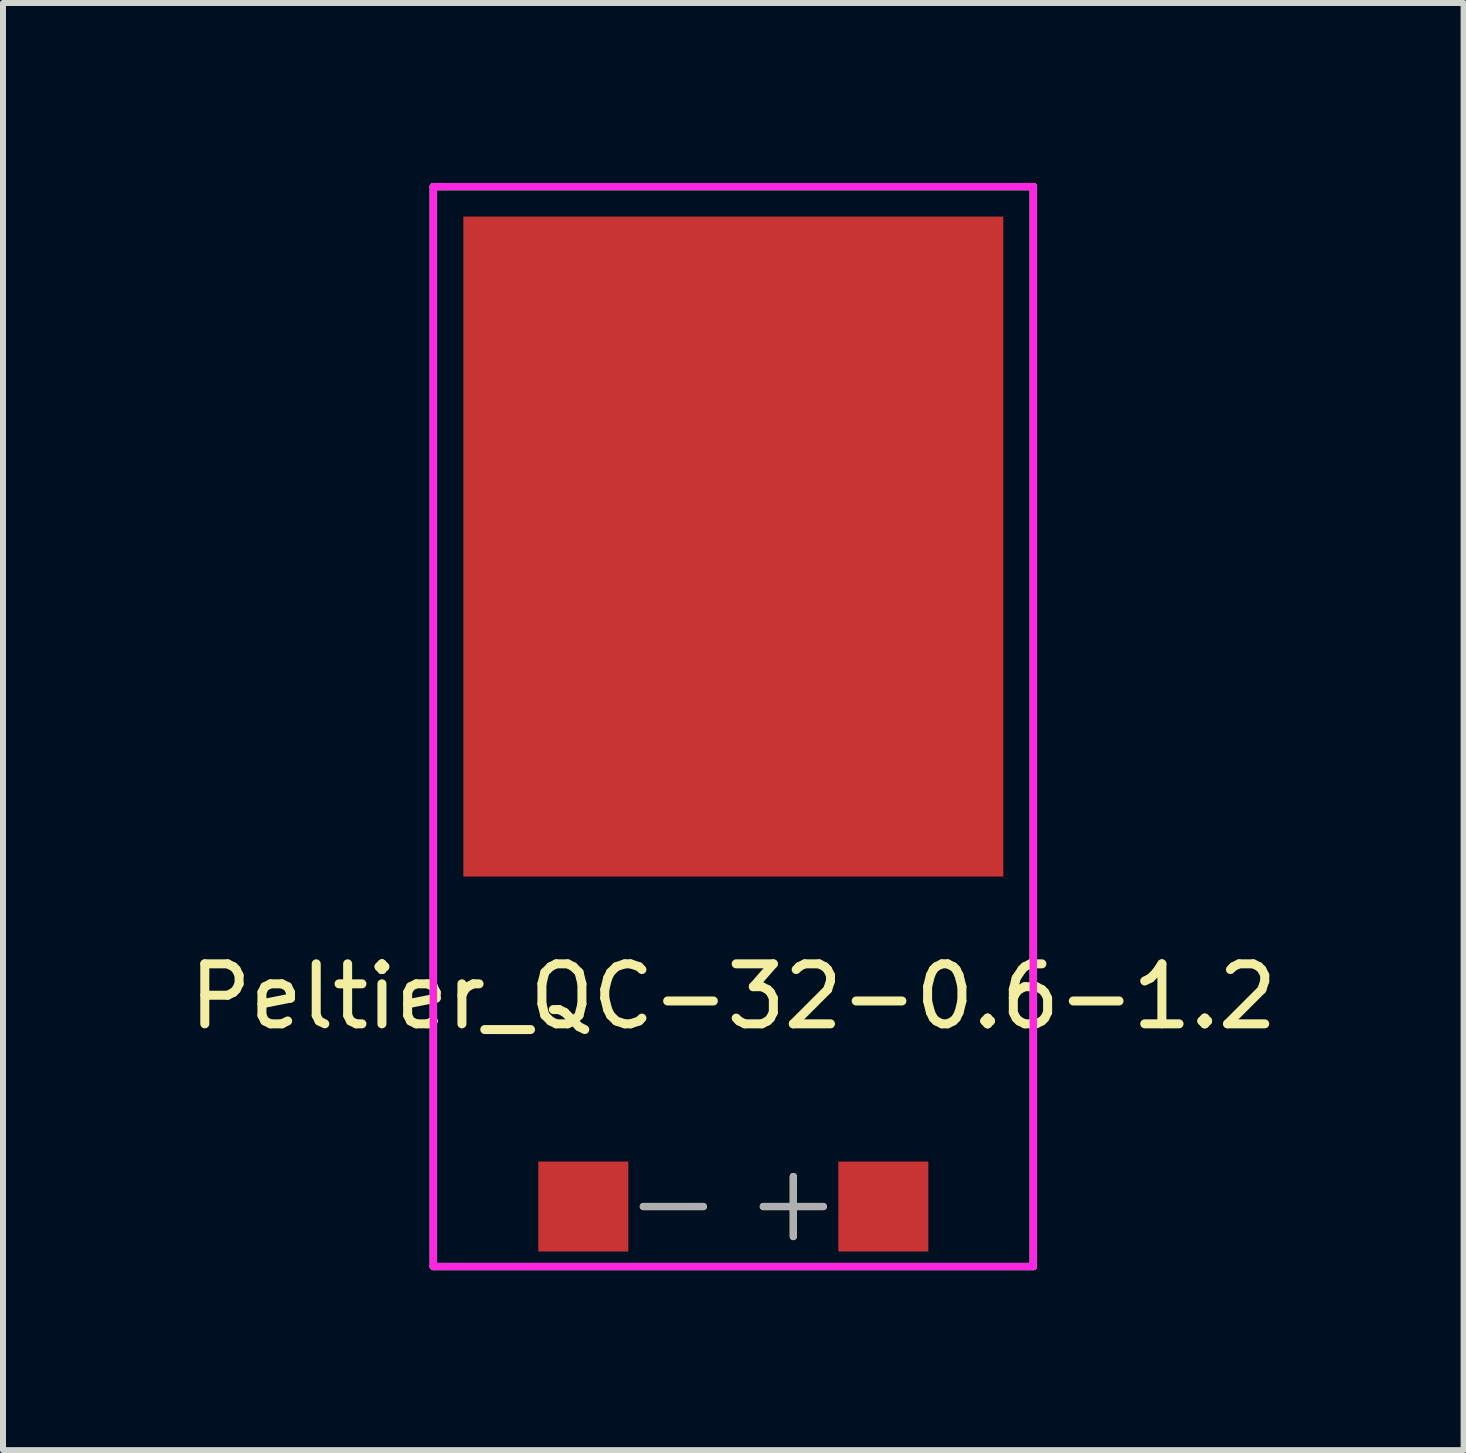
<source format=kicad_pcb>
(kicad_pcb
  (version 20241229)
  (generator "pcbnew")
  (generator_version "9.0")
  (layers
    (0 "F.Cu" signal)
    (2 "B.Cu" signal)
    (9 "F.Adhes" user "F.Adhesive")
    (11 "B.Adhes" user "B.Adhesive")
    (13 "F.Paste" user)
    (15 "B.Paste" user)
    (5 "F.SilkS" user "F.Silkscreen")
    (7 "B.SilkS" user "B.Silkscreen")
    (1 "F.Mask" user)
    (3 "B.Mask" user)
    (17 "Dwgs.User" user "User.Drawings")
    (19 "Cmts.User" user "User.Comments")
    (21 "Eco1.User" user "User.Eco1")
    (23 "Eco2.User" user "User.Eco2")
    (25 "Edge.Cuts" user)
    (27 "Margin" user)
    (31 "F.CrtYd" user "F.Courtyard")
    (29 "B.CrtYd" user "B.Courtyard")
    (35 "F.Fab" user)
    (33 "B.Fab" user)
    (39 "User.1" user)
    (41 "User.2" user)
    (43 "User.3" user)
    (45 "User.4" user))
  (footprint "Peltier_QC-32-0.6-1.2"
    (layer "F.Cu")
    (at 9.173 17.06)
    (property "Reference" "Peltier_QC-32-0.6-1.2" (at 0 -3.5 0) (layer "F.SilkS") (effects (font (size 1 1) (thickness 0.15))))
    (attr through_hole)
    (fp_line (start -5 -17) (end 5 -17) (stroke (width 0.12) (type solid)) (layer "F.SilkS"))
    (fp_line (start -5 1) (end -5 -17) (stroke (width 0.12) (type solid)) (layer "F.SilkS"))
    (fp_line (start -5 1) (end 5 1) (stroke (width 0.12) (type solid)) (layer "F.SilkS"))
    (fp_line (start -1.5 0) (end -0.5 0) (stroke (width 0.12) (type solid)) (layer "F.SilkS"))
    (fp_line (start 0.5 0) (end 1.5 0) (stroke (width 0.12) (type solid)) (layer "F.SilkS"))
    (fp_line (start 1 -0.5) (end 1 0.5) (stroke (width 0.12) (type solid)) (layer "F.SilkS"))
    (fp_line (start 5 1) (end 5 -17) (stroke (width 0.12) (type solid)) (layer "F.SilkS"))
    (fp_line (start -5 -17) (end -5 1) (stroke (width 0.12) (type solid)) (layer "F.CrtYd"))
    (fp_line (start -5 1) (end 5 1) (stroke (width 0.12) (type solid)) (layer "F.CrtYd"))
    (fp_line (start 5 -17) (end -5 -17) (stroke (width 0.12) (type solid)) (layer "F.CrtYd"))
    (fp_line (start 5 1) (end 5 -17) (stroke (width 0.12) (type solid)) (layer "F.CrtYd"))
    (fp_line (start -5 -17) (end -5 1) (stroke (width 0.12) (type solid)) (layer "F.Fab"))
    (fp_line (start -5 1) (end 5 1) (stroke (width 0.12) (type solid)) (layer "F.Fab"))
    (fp_line (start -1.5 0) (end -0.5 0) (stroke (width 0.12) (type solid)) (layer "F.Fab"))
    (fp_line (start 0.5 0) (end 1.5 0) (stroke (width 0.12) (type solid)) (layer "F.Fab"))
    (fp_line (start 1 0.5) (end 1 -0.5) (stroke (width 0.12) (type solid)) (layer "F.Fab"))
    (fp_line (start 5 -17) (end -5 -17) (stroke (width 0.12) (type solid)) (layer "F.Fab"))
    (fp_line (start 5 1) (end 5 -17) (stroke (width 0.12) (type solid)) (layer "F.Fab"))
    (pad "1" smd rect (at 2.5 0) (size 1.5 1.5) (layers "F.Cu" "F.Mask" "F.Paste"))
    (pad "2" smd rect (at -2.5 0) (size 1.5 1.5) (layers "F.Cu" "F.Mask" "F.Paste"))
    (pad "3" smd rect (at 0 -11) (size 9 11) (layers "F.Cu")))
  (gr_rect
    (start -3 -3)
    (end 21.345 21.12)
    (stroke (width 0.1) (type default))
    (fill no)
    (layer "Edge.Cuts")))
</source>
